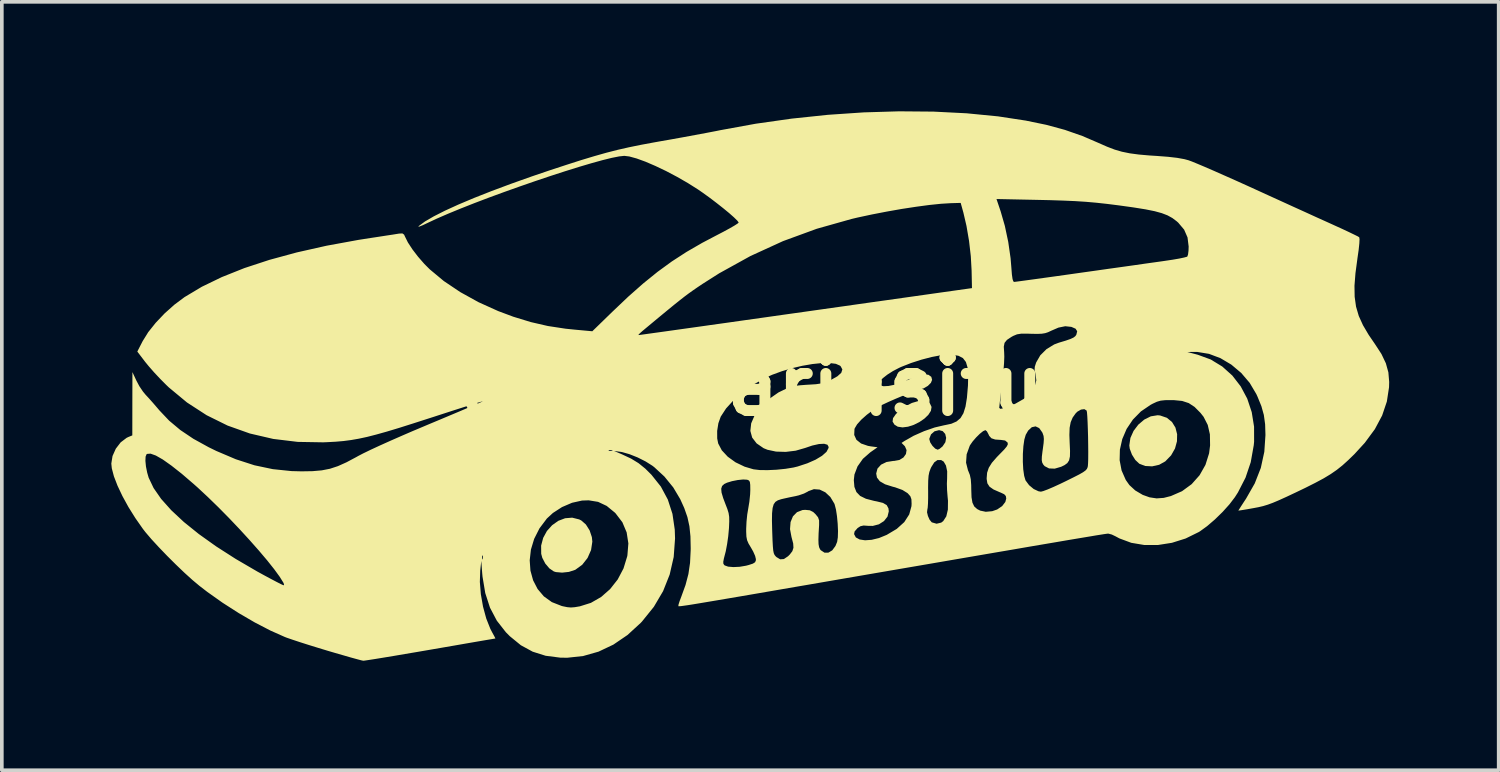
<source format=kicad_pcb>
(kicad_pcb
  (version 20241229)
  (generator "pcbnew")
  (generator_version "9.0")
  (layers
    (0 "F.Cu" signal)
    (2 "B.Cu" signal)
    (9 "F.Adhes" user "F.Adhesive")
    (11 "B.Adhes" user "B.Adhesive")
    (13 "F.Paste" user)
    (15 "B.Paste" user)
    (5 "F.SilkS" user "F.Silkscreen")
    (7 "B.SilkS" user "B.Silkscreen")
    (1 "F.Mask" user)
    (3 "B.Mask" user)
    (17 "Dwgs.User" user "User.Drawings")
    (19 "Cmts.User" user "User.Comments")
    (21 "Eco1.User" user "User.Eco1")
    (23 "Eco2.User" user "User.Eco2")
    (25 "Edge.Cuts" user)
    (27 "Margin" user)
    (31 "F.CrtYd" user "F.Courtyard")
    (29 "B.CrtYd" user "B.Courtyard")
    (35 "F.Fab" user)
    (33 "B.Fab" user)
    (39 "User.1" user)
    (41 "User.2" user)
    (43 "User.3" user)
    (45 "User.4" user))
  (footprint "logo_carinsitu"
    (layer "F.Cu")
    (at 17.508 7.509)
    (property "Reference" "logo_carinsitu" (at 0 0 0) (layer "F.SilkS") (effects (font (size 1.524 1.524) (thickness 0.3))))
    (attr board_only exclude_from_pos_files exclude_from_bom)
    (fp_poly (pts (xy 4.885 0.464) (xy 4.92 0.495) (xy 4.965 0.591) (xy 4.947 0.697) (xy 4.877 0.806) (xy 4.768 0.911) (xy 4.631 1.005) (xy 4.478 1.081) (xy 4.32 1.132) (xy 4.171 1.151) (xy 4.04 1.132) (xy 3.949 1.076) (xy 3.897 0.991) (xy 3.909 0.898) (xy 3.986 0.788) (xy 4.07 0.705) (xy 4.244 0.574) (xy 4.427 0.481) (xy 4.604 0.429) (xy 4.762 0.422)) (stroke (width 0) (type solid)) (fill yes) (layer "F.SilkS"))
    (fp_poly (pts (xy 11.226 0.824) (xy 11.413 0.888) (xy 11.553 1.004) (xy 11.647 1.157) (xy 11.693 1.338) (xy 11.689 1.532) (xy 11.635 1.729) (xy 11.528 1.917) (xy 11.368 2.082) (xy 11.201 2.175) (xy 11.009 2.218) (xy 10.818 2.208) (xy 10.658 2.147) (xy 10.548 2.044) (xy 10.455 1.896) (xy 10.395 1.736) (xy 10.383 1.645) (xy 10.413 1.44) (xy 10.5 1.246) (xy 10.63 1.075) (xy 10.791 0.938) (xy 10.971 0.848) (xy 11.157 0.818)) (stroke (width 0) (type solid)) (fill yes) (layer "F.SilkS"))
    (fp_poly (pts (xy -4.689 3.672) (xy -4.633 3.7) (xy -4.506 3.811) (xy -4.404 3.972) (xy -4.342 4.157) (xy -4.329 4.281) (xy -4.364 4.511) (xy -4.46 4.728) (xy -4.606 4.914) (xy -4.79 5.048) (xy -4.804 5.055) (xy -4.971 5.11) (xy -5.157 5.13) (xy -5.327 5.115) (xy -5.385 5.097) (xy -5.506 5.014) (xy -5.618 4.882) (xy -5.7 4.725) (xy -5.73 4.614) (xy -5.732 4.389) (xy -5.676 4.178) (xy -5.573 3.989) (xy -5.431 3.831) (xy -5.262 3.711) (xy -5.075 3.64) (xy -4.881 3.624)) (stroke (width 0) (type solid)) (fill yes) (layer "F.SilkS"))
    (fp_poly (pts (xy 5.019 -7.501) (xy 5.926 -7.455) (xy 6.786 -7.371) (xy 7.547 -7.255) (xy 8.108 -7.139) (xy 8.617 -7.001) (xy 9.098 -6.833) (xy 9.544 -6.641) (xy 9.773 -6.54) (xy 9.979 -6.461) (xy 10.181 -6.402) (xy 10.397 -6.358) (xy 10.644 -6.325) (xy 10.939 -6.299) (xy 11.13 -6.287) (xy 11.445 -6.263) (xy 11.696 -6.234) (xy 11.894 -6.198) (xy 12.005 -6.168) (xy 12.095 -6.135) (xy 12.246 -6.073) (xy 12.45 -5.987) (xy 12.697 -5.88) (xy 12.979 -5.755) (xy 13.288 -5.618) (xy 13.614 -5.471) (xy 13.825 -5.375) (xy 14.177 -5.214) (xy 14.531 -5.053) (xy 14.877 -4.895) (xy 15.204 -4.747) (xy 15.499 -4.612) (xy 15.752 -4.498) (xy 15.951 -4.408) (xy 16.014 -4.379) (xy 16.219 -4.286) (xy 16.4 -4.201) (xy 16.545 -4.131) (xy 16.644 -4.082) (xy 16.682 -4.059) (xy 16.691 -4.007) (xy 16.685 -3.887) (xy 16.666 -3.708) (xy 16.633 -3.479) (xy 16.633 -3.477) (xy 16.579 -3.074) (xy 16.552 -2.729) (xy 16.557 -2.428) (xy 16.595 -2.157) (xy 16.67 -1.902) (xy 16.785 -1.649) (xy 16.942 -1.383) (xy 17.111 -1.136) (xy 17.291 -0.86) (xy 17.412 -0.606) (xy 17.481 -0.357) (xy 17.503 -0.094) (xy 17.499 0.052) (xy 17.439 0.443) (xy 17.31 0.825) (xy 17.11 1.2) (xy 16.835 1.573) (xy 16.553 1.881) (xy 16.381 2.048) (xy 16.223 2.191) (xy 16.066 2.316) (xy 15.898 2.432) (xy 15.706 2.548) (xy 15.478 2.67) (xy 15.202 2.809) (xy 14.952 2.929) (xy 14.691 3.052) (xy 14.484 3.146) (xy 14.318 3.216) (xy 14.177 3.268) (xy 14.048 3.307) (xy 13.916 3.338) (xy 13.782 3.363) (xy 13.616 3.393) (xy 13.482 3.415) (xy 13.396 3.428) (xy 13.37 3.43) (xy 13.39 3.398) (xy 13.443 3.315) (xy 13.52 3.196) (xy 13.581 3.104) (xy 13.82 2.685) (xy 13.986 2.261) (xy 14.082 1.819) (xy 14.113 1.36) (xy 14.104 1.064) (xy 14.069 0.81) (xy 14.002 0.57) (xy 13.896 0.31) (xy 13.863 0.238) (xy 13.681 -0.069) (xy 13.449 -0.341) (xy 13.178 -0.569) (xy 12.88 -0.746) (xy 12.567 -0.864) (xy 12.248 -0.916) (xy 12.166 -0.917) (xy 11.972 -0.915) (xy 12.258 -0.84) (xy 12.613 -0.71) (xy 12.93 -0.517) (xy 13.206 -0.269) (xy 13.435 0.027) (xy 13.614 0.363) (xy 13.737 0.733) (xy 13.801 1.13) (xy 13.802 1.546) (xy 13.792 1.643) (xy 13.71 2.104) (xy 13.567 2.528) (xy 13.359 2.933) (xy 13.275 3.064) (xy 13.128 3.257) (xy 12.939 3.467) (xy 12.728 3.673) (xy 12.515 3.856) (xy 12.319 3.998) (xy 12.286 4.018) (xy 11.926 4.195) (xy 11.55 4.313) (xy 11.168 4.373) (xy 10.794 4.373) (xy 10.437 4.313) (xy 10.111 4.192) (xy 10.007 4.136) (xy 9.903 4.086) (xy 9.811 4.062) (xy 9.8 4.061) (xy 9.781 4.063) (xy 9.742 4.068) (xy 9.68 4.077) (xy 9.593 4.091) (xy 9.478 4.109) (xy 9.331 4.134) (xy 9.151 4.164) (xy 8.935 4.2) (xy 8.679 4.243) (xy 8.382 4.294) (xy 8.04 4.352) (xy 7.651 4.418) (xy 7.212 4.494) (xy 6.719 4.578) (xy 6.172 4.672) (xy 5.566 4.776) (xy 4.899 4.891) (xy 4.169 5.016) (xy 3.372 5.153) (xy 2.506 5.302) (xy 1.568 5.464) (xy 1.245 5.519) (xy 0.676 5.617) (xy 0.178 5.703) (xy -0.254 5.777) (xy -0.624 5.84) (xy -0.937 5.893) (xy -1.199 5.937) (xy -1.413 5.973) (xy -1.583 6.001) (xy -1.716 6.022) (xy -1.816 6.036) (xy -1.886 6.046) (xy -1.932 6.05) (xy -1.959 6.051) (xy -1.971 6.049) (xy -1.972 6.048) (xy -1.968 6.006) (xy -1.939 5.914) (xy -1.893 5.792) (xy -1.776 5.469) (xy -1.697 5.169) (xy -1.652 4.862) (xy -1.635 4.517) (xy -1.634 4.463) (xy -1.641 4.137) (xy -1.669 3.86) (xy -1.724 3.609) (xy -1.811 3.36) (xy -1.921 3.117) (xy -2.091 2.831) (xy -0.798 2.831) (xy -0.789 2.937) (xy -0.744 3.088) (xy -0.685 3.244) (xy -0.63 3.386) (xy -0.596 3.497) (xy -0.58 3.602) (xy -0.578 3.727) (xy -0.585 3.899) (xy -0.587 3.927) (xy -0.606 4.133) (xy -0.637 4.351) (xy -0.673 4.542) (xy -0.687 4.597) (xy -0.725 4.743) (xy -0.742 4.834) (xy -0.739 4.886) (xy -0.717 4.919) (xy -0.701 4.933) (xy -0.608 4.966) (xy -0.465 4.978) (xy -0.294 4.97) (xy -0.117 4.94) (xy -0.045 4.921) (xy 0.071 4.883) (xy 0.13 4.845) (xy 0.151 4.795) (xy 0.152 4.759) (xy 0.131 4.672) (xy 0.078 4.552) (xy 0.018 4.446) (xy -0.049 4.334) (xy -0.089 4.242) (xy -0.108 4.143) (xy -0.114 4.008) (xy -0.114 3.929) (xy -0.105 3.738) (xy -0.102 3.704) (xy 0.592 3.704) (xy 0.598 3.967) (xy 0.6 4.023) (xy 0.608 4.249) (xy 0.617 4.411) (xy 0.627 4.523) (xy 0.642 4.597) (xy 0.664 4.646) (xy 0.695 4.684) (xy 0.716 4.704) (xy 0.817 4.765) (xy 0.919 4.758) (xy 1.033 4.681) (xy 1.082 4.632) (xy 1.151 4.542) (xy 1.181 4.449) (xy 1.174 4.332) (xy 1.131 4.167) (xy 1.128 4.157) (xy 1.087 3.938) (xy 1.102 3.745) (xy 1.167 3.587) (xy 1.278 3.474) (xy 1.43 3.415) (xy 1.503 3.41) (xy 1.629 3.422) (xy 1.722 3.469) (xy 1.784 3.527) (xy 1.855 3.614) (xy 1.884 3.699) (xy 1.884 3.819) (xy 1.884 3.824) (xy 1.87 4.059) (xy 1.865 4.23) (xy 1.869 4.35) (xy 1.884 4.433) (xy 1.91 4.49) (xy 1.931 4.517) (xy 2.032 4.583) (xy 2.14 4.582) (xy 2.244 4.519) (xy 2.332 4.4) (xy 2.378 4.287) (xy 2.397 4.164) (xy 2.402 3.99) (xy 2.393 3.789) (xy 2.374 3.585) (xy 2.346 3.401) (xy 2.31 3.262) (xy 2.3 3.237) (xy 2.192 3.058) (xy 2.054 2.929) (xy 1.9 2.855) (xy 1.742 2.843) (xy 1.592 2.897) (xy 1.575 2.909) (xy 1.47 2.963) (xy 1.328 3.012) (xy 1.237 3.034) (xy 1.077 3.066) (xy 0.915 3.102) (xy 0.843 3.119) (xy 0.753 3.149) (xy 0.686 3.192) (xy 0.639 3.259) (xy 0.61 3.359) (xy 0.595 3.504) (xy 0.592 3.704) (xy -0.102 3.704) (xy -0.085 3.537) (xy -0.057 3.371) (xy -0.027 3.189) (xy -0.006 2.985) (xy -0.001 2.864) (xy -0.003 2.726) (xy -0.013 2.646) (xy -0.037 2.606) (xy -0.06 2.596) (xy 2.835 2.596) (xy 2.851 2.781) (xy 2.906 2.922) (xy 3.008 3.028) (xy 3.167 3.106) (xy 3.39 3.164) (xy 3.467 3.179) (xy 3.634 3.22) (xy 3.736 3.28) (xy 3.784 3.369) (xy 3.793 3.45) (xy 3.758 3.595) (xy 3.662 3.717) (xy 3.523 3.806) (xy 3.355 3.85) (xy 3.227 3.848) (xy 3.102 3.839) (xy 3.015 3.859) (xy 2.938 3.909) (xy 2.857 4.001) (xy 2.842 4.074) (xy 2.89 4.165) (xy 2.995 4.222) (xy 3.143 4.244) (xy 3.324 4.231) (xy 3.525 4.182) (xy 3.733 4.097) (xy 3.734 4.097) (xy 4.011 3.932) (xy 4.218 3.745) (xy 4.352 3.537) (xy 4.369 3.477) (xy 4.841 3.477) (xy 4.866 3.579) (xy 4.911 3.68) (xy 4.967 3.748) (xy 4.974 3.753) (xy 5.103 3.79) (xy 5.229 3.76) (xy 5.285 3.718) (xy 5.369 3.588) (xy 5.412 3.404) (xy 5.415 3.161) (xy 5.404 3.048) (xy 5.39 2.87) (xy 5.385 2.692) (xy 5.391 2.55) (xy 5.391 2.546) (xy 5.393 2.354) (xy 5.36 2.197) (xy 5.314 2.117) (xy 5.91 2.117) (xy 5.963 2.327) (xy 5.972 2.346) (xy 6.015 2.455) (xy 6.04 2.575) (xy 6.051 2.733) (xy 6.053 2.858) (xy 6.06 3.066) (xy 6.085 3.213) (xy 6.134 3.316) (xy 6.214 3.388) (xy 6.297 3.431) (xy 6.45 3.463) (xy 6.626 3.447) (xy 6.762 3.4) (xy 6.899 3.307) (xy 6.986 3.194) (xy 7.011 3.1) (xy 7 3.031) (xy 6.955 2.982) (xy 6.857 2.936) (xy 6.836 2.928) (xy 6.663 2.852) (xy 6.553 2.775) (xy 6.494 2.683) (xy 6.475 2.565) (xy 6.475 2.541) (xy 6.487 2.393) (xy 6.532 2.258) (xy 6.618 2.12) (xy 6.641 2.094) (xy 7.466 2.094) (xy 7.477 2.302) (xy 7.502 2.477) (xy 7.538 2.599) (xy 7.542 2.606) (xy 7.637 2.734) (xy 7.763 2.839) (xy 7.895 2.901) (xy 7.962 2.912) (xy 8.027 2.895) (xy 8.148 2.85) (xy 8.309 2.781) (xy 8.498 2.694) (xy 8.641 2.625) (xy 8.855 2.519) (xy 9.01 2.44) (xy 9.115 2.38) (xy 9.182 2.332) (xy 9.22 2.29) (xy 9.239 2.247) (xy 9.247 2.213) (xy 9.253 2.134) (xy 9.256 2.05) (xy 10.118 2.05) (xy 10.171 2.33) (xy 10.286 2.591) (xy 10.385 2.731) (xy 10.546 2.879) (xy 10.751 3) (xy 10.938 3.067) (xy 11.131 3.096) (xy 11.326 3.082) (xy 11.522 3.032) (xy 11.827 2.899) (xy 12.091 2.706) (xy 12.308 2.462) (xy 12.469 2.178) (xy 12.569 1.861) (xy 12.596 1.645) (xy 12.591 1.341) (xy 12.532 1.084) (xy 12.418 0.861) (xy 12.332 0.752) (xy 12.171 0.59) (xy 12.011 0.485) (xy 11.83 0.426) (xy 11.605 0.404) (xy 11.532 0.403) (xy 11.363 0.405) (xy 11.242 0.418) (xy 11.139 0.448) (xy 11.025 0.501) (xy 10.967 0.532) (xy 10.701 0.713) (xy 10.481 0.937) (xy 10.309 1.193) (xy 10.19 1.471) (xy 10.125 1.76) (xy 10.118 2.05) (xy 9.256 2.05) (xy 9.257 1.999) (xy 9.258 1.824) (xy 9.256 1.622) (xy 9.253 1.408) (xy 9.247 1.198) (xy 9.24 1.007) (xy 9.232 0.848) (xy 9.223 0.737) (xy 9.213 0.689) (xy 9.151 0.651) (xy 9.059 0.663) (xy 8.961 0.719) (xy 8.914 0.765) (xy 8.831 0.881) (xy 8.777 1.008) (xy 8.748 1.161) (xy 8.741 1.358) (xy 8.749 1.579) (xy 8.759 1.794) (xy 8.756 1.947) (xy 8.733 2.054) (xy 8.685 2.128) (xy 8.609 2.184) (xy 8.517 2.229) (xy 8.34 2.281) (xy 8.184 2.275) (xy 8.064 2.213) (xy 8.024 2.167) (xy 7.996 2.113) (xy 7.984 2.047) (xy 7.987 1.95) (xy 8.005 1.802) (xy 8.013 1.748) (xy 8.035 1.581) (xy 8.042 1.468) (xy 8.034 1.386) (xy 8.009 1.313) (xy 7.998 1.288) (xy 7.914 1.17) (xy 7.815 1.123) (xy 7.711 1.146) (xy 7.612 1.238) (xy 7.545 1.354) (xy 7.507 1.484) (xy 7.481 1.664) (xy 7.467 1.875) (xy 7.466 2.094) (xy 6.641 2.094) (xy 6.754 1.964) (xy 6.837 1.879) (xy 6.956 1.757) (xy 7.025 1.674) (xy 7.054 1.616) (xy 7.05 1.572) (xy 7.046 1.564) (xy 6.98 1.51) (xy 6.866 1.494) (xy 6.707 1.483) (xy 6.605 1.449) (xy 6.544 1.382) (xy 6.524 1.338) (xy 6.482 1.26) (xy 6.441 1.226) (xy 6.44 1.226) (xy 6.377 1.254) (xy 6.286 1.327) (xy 6.185 1.427) (xy 6.09 1.537) (xy 6.019 1.639) (xy 6.01 1.657) (xy 5.926 1.889) (xy 5.91 2.117) (xy 5.314 2.117) (xy 5.297 2.088) (xy 5.226 2.045) (xy 5.126 2.046) (xy 5.039 2.109) (xy 4.957 2.239) (xy 4.936 2.285) (xy 4.904 2.373) (xy 4.883 2.476) (xy 4.873 2.611) (xy 4.87 2.797) (xy 4.871 2.903) (xy 4.871 3.085) (xy 4.867 3.241) (xy 4.859 3.353) (xy 4.849 3.405) (xy 4.841 3.477) (xy 4.369 3.477) (xy 4.414 3.311) (xy 4.418 3.244) (xy 4.413 3.12) (xy 4.384 3.038) (xy 4.319 2.964) (xy 4.304 2.95) (xy 4.167 2.865) (xy 3.965 2.792) (xy 3.905 2.777) (xy 3.692 2.71) (xy 3.548 2.627) (xy 3.469 2.525) (xy 3.448 2.415) (xy 3.483 2.28) (xy 3.581 2.172) (xy 3.731 2.099) (xy 3.921 2.069) (xy 3.944 2.069) (xy 4.085 2.043) (xy 4.195 1.975) (xy 4.263 1.88) (xy 4.28 1.773) (xy 4.236 1.671) (xy 4.22 1.653) (xy 4.143 1.576) (xy 4.226 1.521) (xy 4.305 1.477) (xy 4.904 1.477) (xy 4.929 1.563) (xy 4.99 1.657) (xy 5.066 1.733) (xy 5.134 1.762) (xy 5.187 1.737) (xy 5.261 1.676) (xy 5.269 1.668) (xy 5.343 1.557) (xy 5.365 1.438) (xy 5.339 1.33) (xy 5.27 1.253) (xy 5.171 1.226) (xy 5.046 1.258) (xy 4.95 1.342) (xy 4.905 1.456) (xy 4.904 1.477) (xy 4.305 1.477) (xy 4.475 1.38) (xy 4.76 1.254) (xy 5.051 1.153) (xy 5.316 1.091) (xy 5.325 1.09) (xy 5.507 1.051) (xy 5.649 0.989) (xy 5.758 0.896) (xy 5.838 0.763) (xy 5.884 0.616) (xy 6.819 0.616) (xy 6.851 0.642) (xy 6.946 0.627) (xy 7.101 0.572) (xy 7.262 0.501) (xy 7.495 0.368) (xy 7.672 0.212) (xy 7.787 0.041) (xy 7.835 -0.137) (xy 7.814 -0.31) (xy 7.788 -0.416) (xy 7.793 -0.51) (xy 7.831 -0.628) (xy 7.944 -0.824) (xy 8.115 -0.994) (xy 8.325 -1.122) (xy 8.453 -1.17) (xy 8.643 -1.227) (xy 8.772 -1.272) (xy 8.855 -1.311) (xy 8.904 -1.349) (xy 8.931 -1.387) (xy 8.955 -1.483) (xy 8.911 -1.553) (xy 8.796 -1.603) (xy 8.628 -1.621) (xy 8.441 -1.583) (xy 8.242 -1.497) (xy 8.157 -1.457) (xy 8.078 -1.431) (xy 7.986 -1.416) (xy 7.864 -1.411) (xy 7.692 -1.414) (xy 7.577 -1.418) (xy 7.421 -1.417) (xy 7.307 -1.399) (xy 7.203 -1.356) (xy 7.151 -1.327) (xy 7.031 -1.247) (xy 6.965 -1.166) (xy 6.944 -1.061) (xy 6.954 -0.906) (xy 6.954 -0.902) (xy 6.958 -0.786) (xy 6.951 -0.609) (xy 6.933 -0.386) (xy 6.907 -0.132) (xy 6.899 -0.068) (xy 6.872 0.147) (xy 6.85 0.336) (xy 6.832 0.487) (xy 6.822 0.585) (xy 6.819 0.616) (xy 5.884 0.616) (xy 5.895 0.581) (xy 5.934 0.34) (xy 5.96 0.033) (xy 5.962 0.012) (xy 5.97 -0.269) (xy 5.953 -0.484) (xy 5.906 -0.641) (xy 5.824 -0.748) (xy 5.703 -0.811) (xy 5.537 -0.839) (xy 5.431 -0.843) (xy 5.223 -0.826) (xy 4.969 -0.778) (xy 4.688 -0.705) (xy 4.403 -0.613) (xy 4.134 -0.507) (xy 4.079 -0.482) (xy 3.908 -0.393) (xy 3.754 -0.295) (xy 3.629 -0.197) (xy 3.548 -0.112) (xy 3.525 -0.057) (xy 3.557 -0.001) (xy 3.647 0.023) (xy 3.783 0.016) (xy 3.953 -0.018) (xy 4.146 -0.079) (xy 4.351 -0.165) (xy 4.412 -0.195) (xy 4.599 -0.271) (xy 4.758 -0.303) (xy 4.881 -0.29) (xy 4.958 -0.234) (xy 4.98 -0.152) (xy 4.947 -0.07) (xy 4.864 0.013) (xy 4.752 0.079) (xy 4.693 0.098) (xy 4.573 0.135) (xy 4.403 0.196) (xy 4.203 0.274) (xy 3.991 0.362) (xy 3.788 0.451) (xy 3.611 0.534) (xy 3.544 0.568) (xy 3.365 0.675) (xy 3.192 0.804) (xy 3.04 0.939) (xy 2.924 1.068) (xy 2.859 1.178) (xy 2.853 1.197) (xy 2.846 1.358) (xy 2.907 1.491) (xy 3.034 1.592) (xy 3.223 1.657) (xy 3.304 1.671) (xy 3.485 1.695) (xy 3.285 1.835) (xy 3.083 2.012) (xy 2.937 2.219) (xy 2.852 2.442) (xy 2.835 2.596) (xy -0.06 2.596) (xy -0.082 2.586) (xy -0.091 2.584) (xy -0.197 2.578) (xy -0.344 2.593) (xy -0.502 2.624) (xy -0.64 2.666) (xy -0.715 2.702) (xy -0.774 2.756) (xy -0.798 2.831) (xy -2.091 2.831) (xy -2.111 2.797) (xy -2.355 2.497) (xy -2.631 2.242) (xy -2.684 2.201) (xy -2.871 2.083) (xy -3.09 1.973) (xy -3.314 1.884) (xy -3.515 1.827) (xy -3.565 1.819) (xy -3.735 1.796) (xy -3.519 1.888) (xy -3.267 2.006) (xy -3.063 2.131) (xy -2.878 2.281) (xy -2.71 2.448) (xy -2.452 2.772) (xy -2.261 3.128) (xy -2.134 3.52) (xy -2.071 3.951) (xy -2.063 4.195) (xy -2.1 4.702) (xy -2.21 5.183) (xy -2.391 5.638) (xy -2.644 6.067) (xy -2.969 6.47) (xy -3.005 6.508) (xy -3.366 6.839) (xy -3.752 7.102) (xy -4.159 7.295) (xy -4.582 7.415) (xy -5.018 7.462) (xy -5.21 7.459) (xy -5.608 7.408) (xy -5.963 7.296) (xy -6.288 7.119) (xy -6.59 6.872) (xy -6.7 6.761) (xy -6.946 6.446) (xy -7.133 6.091) (xy -7.263 5.69) (xy -7.338 5.239) (xy -7.346 5.153) (xy -7.372 4.808) (xy -7.401 5.076) (xy -7.411 5.384) (xy -7.384 5.72) (xy -7.324 6.062) (xy -7.236 6.386) (xy -7.124 6.669) (xy -7.071 6.771) (xy -7.019 6.865) (xy -6.989 6.924) (xy -6.986 6.934) (xy -7.024 6.941) (xy -7.13 6.959) (xy -7.297 6.987) (xy -7.518 7.025) (xy -7.784 7.071) (xy -8.088 7.124) (xy -8.424 7.182) (xy -8.766 7.241) (xy -9.126 7.303) (xy -9.465 7.36) (xy -9.774 7.413) (xy -10.046 7.458) (xy -10.272 7.495) (xy -10.446 7.522) (xy -10.559 7.539) (xy -10.604 7.544) (xy -10.658 7.533) (xy -10.774 7.502) (xy -10.942 7.456) (xy -11.15 7.396) (xy -11.389 7.327) (xy -11.566 7.275) (xy -11.836 7.193) (xy -12.098 7.112) (xy -12.34 7.035) (xy -12.545 6.967) (xy -12.699 6.914) (xy -12.754 6.893) (xy -13.149 6.717) (xy -13.577 6.495) (xy -14.02 6.237) (xy -14.461 5.954) (xy -14.88 5.657) (xy -15.094 5.492) (xy -15.285 5.332) (xy -15.505 5.133) (xy -15.74 4.908) (xy -15.978 4.671) (xy -16.204 4.436) (xy -16.407 4.216) (xy -16.571 4.024) (xy -16.641 3.934) (xy -16.849 3.637) (xy -17.039 3.333) (xy -17.203 3.034) (xy -17.338 2.749) (xy -17.437 2.492) (xy -17.495 2.272) (xy -17.508 2.142) (xy -17.497 2.07) (xy -16.574 2.07) (xy -16.559 2.222) (xy -16.526 2.388) (xy -16.485 2.529) (xy -16.35 2.812) (xy -16.143 3.11) (xy -15.866 3.42) (xy -15.521 3.742) (xy -15.11 4.073) (xy -14.636 4.411) (xy -14.101 4.754) (xy -13.508 5.1) (xy -13.313 5.207) (xy -13.136 5.302) (xy -12.982 5.383) (xy -12.865 5.443) (xy -12.796 5.474) (xy -12.785 5.478) (xy -12.776 5.451) (xy -12.793 5.407) (xy -12.895 5.243) (xy -13.046 5.036) (xy -13.239 4.793) (xy -13.24 4.792) (xy -6.045 4.792) (xy -6.025 5.075) (xy -5.952 5.34) (xy -5.829 5.578) (xy -5.658 5.78) (xy -5.438 5.938) (xy -5.173 6.042) (xy -5.144 6.05) (xy -5.018 6.076) (xy -4.918 6.085) (xy -4.812 6.077) (xy -4.67 6.053) (xy -4.368 5.958) (xy -4.089 5.798) (xy -3.842 5.581) (xy -3.634 5.317) (xy -3.475 5.015) (xy -3.374 4.685) (xy -3.368 4.653) (xy -3.342 4.329) (xy -3.389 4.027) (xy -3.506 3.75) (xy -3.693 3.505) (xy -3.713 3.485) (xy -3.936 3.302) (xy -4.171 3.191) (xy -4.429 3.149) (xy -4.611 3.155) (xy -4.885 3.216) (xy -5.16 3.334) (xy -5.41 3.496) (xy -5.575 3.648) (xy -5.778 3.918) (xy -5.923 4.205) (xy -6.012 4.499) (xy -6.045 4.792) (xy -13.24 4.792) (xy -13.308 4.712) (xy -7.35 4.712) (xy -7.344 4.767) (xy -7.33 4.76) (xy -7.325 4.682) (xy -7.33 4.664) (xy -7.344 4.66) (xy -7.35 4.712) (xy -13.308 4.712) (xy -13.467 4.524) (xy -13.722 4.236) (xy -13.996 3.937) (xy -14.282 3.636) (xy -14.573 3.341) (xy -14.862 3.06) (xy -15.14 2.801) (xy -15.248 2.705) (xy -15.576 2.423) (xy -15.86 2.199) (xy -16.097 2.031) (xy -16.288 1.922) (xy -16.432 1.87) (xy -16.528 1.877) (xy -16.543 1.887) (xy -16.569 1.952) (xy -16.574 2.07) (xy -17.497 2.07) (xy -17.475 1.935) (xy -17.385 1.734) (xy -17.252 1.561) (xy -17.089 1.437) (xy -17.043 1.415) (xy -16.933 1.37) (xy -16.932 0.503) (xy -16.93 -0.364) (xy -16.821 -0.13) (xy -16.74 0.022) (xy -16.641 0.169) (xy -16.571 0.254) (xy -16.48 0.352) (xy -16.361 0.486) (xy -16.236 0.631) (xy -16.193 0.682) (xy -15.925 0.965) (xy -15.617 1.223) (xy -15.26 1.463) (xy -14.841 1.694) (xy -14.63 1.797) (xy -14.096 2.024) (xy -13.586 2.189) (xy -13.083 2.295) (xy -12.572 2.348) (xy -12.298 2.355) (xy -11.996 2.35) (xy -11.743 2.328) (xy -11.518 2.284) (xy -11.299 2.212) (xy -11.065 2.107) (xy -10.793 1.962) (xy -10.749 1.937) (xy -10.609 1.864) (xy -10.454 1.789) (xy -3.884 1.789) (xy -3.831 1.795) (xy -3.777 1.789) (xy -3.783 1.775) (xy -3.862 1.77) (xy -3.879 1.775) (xy -3.884 1.789) (xy -10.454 1.789) (xy -10.407 1.766) (xy -10.152 1.648) (xy -9.854 1.514) (xy -9.523 1.369) (xy -9.241 1.247) (xy -0.909 1.247) (xy -0.908 1.454) (xy -0.881 1.591) (xy -0.782 1.779) (xy -0.619 1.954) (xy -0.407 2.107) (xy -0.157 2.227) (xy 0.086 2.299) (xy 0.253 2.319) (xy 0.471 2.322) (xy 0.714 2.311) (xy 0.96 2.286) (xy 1.182 2.25) (xy 1.296 2.222) (xy 1.561 2.135) (xy 1.786 2.036) (xy 1.964 1.929) (xy 2.086 1.821) (xy 2.142 1.716) (xy 2.145 1.687) (xy 2.113 1.626) (xy 2.021 1.599) (xy 1.879 1.607) (xy 1.696 1.648) (xy 1.499 1.715) (xy 1.242 1.789) (xy 0.97 1.822) (xy 0.705 1.814) (xy 0.47 1.764) (xy 0.364 1.721) (xy 0.172 1.589) (xy 0.05 1.43) (xy 0.000104 1.246) (xy 0.023 1.04) (xy 0.117 0.821) (xy 0.285 0.59) (xy 0.51 0.375) (xy 0.771 0.193) (xy 1.047 0.059) (xy 1.13 0.03) (xy 1.22 0.013) (xy 1.361 -0.003) (xy 1.53 -0.016) (xy 1.603 -0.02) (xy 1.797 -0.032) (xy 1.944 -0.054) (xy 2.074 -0.093) (xy 2.207 -0.149) (xy 2.385 -0.249) (xy 2.491 -0.345) (xy 2.521 -0.437) (xy 2.476 -0.522) (xy 2.456 -0.541) (xy 2.343 -0.591) (xy 2.172 -0.613) (xy 1.954 -0.611) (xy 1.702 -0.585) (xy 1.428 -0.538) (xy 1.145 -0.472) (xy 0.863 -0.388) (xy 0.596 -0.29) (xy 0.402 -0.202) (xy 0.088 -0.024) (xy -0.203 0.182) (xy -0.458 0.405) (xy -0.665 0.632) (xy -0.81 0.854) (xy -0.811 0.855) (xy -0.876 1.037) (xy -0.909 1.247) (xy -9.241 1.247) (xy -9.166 1.216) (xy -8.823 1.071) (xy -8.505 0.938) (xy -8.21 0.814) (xy -7.946 0.703) (xy -7.72 0.606) (xy -7.539 0.529) (xy -7.409 0.473) (xy -7.34 0.441) (xy -7.329 0.435) (xy -7.366 0.445) (xy -7.469 0.475) (xy -7.628 0.525) (xy -7.837 0.591) (xy -8.088 0.671) (xy -8.372 0.763) (xy -8.683 0.864) (xy -8.795 0.9) (xy -9.243 1.044) (xy -9.628 1.166) (xy -9.96 1.266) (xy -10.249 1.347) (xy -10.502 1.412) (xy -10.731 1.461) (xy -10.944 1.498) (xy -11.151 1.525) (xy -11.361 1.543) (xy -11.584 1.555) (xy -11.704 1.56) (xy -12.401 1.548) (xy -13.071 1.467) (xy -13.712 1.318) (xy -14.322 1.101) (xy -14.897 0.817) (xy -15.435 0.468) (xy -15.933 0.055) (xy -16.005 -0.014) (xy -16.167 -0.177) (xy -16.334 -0.355) (xy -16.483 -0.525) (xy -16.579 -0.642) (xy -16.796 -0.927) (xy -16.648 -1.215) (xy -16.544 -1.382) (xy -3.066 -1.382) (xy -3.059 -1.379) (xy -3.017 -1.384) (xy -2.907 -1.399) (xy -2.736 -1.423) (xy -2.511 -1.454) (xy -2.239 -1.492) (xy -1.927 -1.536) (xy -1.584 -1.584) (xy -1.215 -1.636) (xy -1.125 -1.649) (xy -0.666 -1.713) (xy -0.16 -1.785) (xy 0.374 -1.86) (xy 0.917 -1.937) (xy 1.45 -2.012) (xy 1.952 -2.083) (xy 2.404 -2.147) (xy 2.548 -2.167) (xy 2.947 -2.224) (xy 3.356 -2.282) (xy 3.763 -2.339) (xy 4.153 -2.394) (xy 4.513 -2.445) (xy 4.831 -2.49) (xy 5.092 -2.527) (xy 5.191 -2.541) (xy 6.072 -2.665) (xy 6.062 -3.15) (xy 6.04 -3.541) (xy 5.992 -3.958) (xy 5.922 -4.368) (xy 5.836 -4.738) (xy 5.832 -4.751) (xy 5.763 -5) (xy 5.486 -4.992) (xy 5.224 -4.976) (xy 4.904 -4.943) (xy 4.539 -4.894) (xy 4.146 -4.834) (xy 3.738 -4.762) (xy 3.33 -4.683) (xy 2.939 -4.599) (xy 2.774 -4.56) (xy 1.82 -4.291) (xy 0.896 -3.953) (xy 0.004 -3.545) (xy -0.853 -3.071) (xy -1.303 -2.785) (xy -1.451 -2.686) (xy -1.577 -2.599) (xy -1.692 -2.517) (xy -1.808 -2.43) (xy -1.937 -2.329) (xy -2.091 -2.206) (xy -2.28 -2.051) (xy -2.509 -1.862) (xy -2.709 -1.696) (xy -2.857 -1.573) (xy -2.96 -1.487) (xy -3.024 -1.43) (xy -3.057 -1.397) (xy -3.066 -1.382) (xy -16.544 -1.382) (xy -16.498 -1.457) (xy -16.292 -1.715) (xy -16.048 -1.972) (xy -15.779 -2.212) (xy -15.502 -2.419) (xy -15.502 -2.419) (xy -15.027 -2.703) (xy -14.479 -2.968) (xy -13.862 -3.214) (xy -13.177 -3.439) (xy -12.427 -3.643) (xy -11.614 -3.826) (xy -10.74 -3.986) (xy -10.401 -4.039) (xy -10.177 -4.073) (xy -9.971 -4.105) (xy -9.798 -4.131) (xy -9.675 -4.151) (xy -9.625 -4.159) (xy -9.535 -4.164) (xy -9.487 -4.131) (xy -9.461 -4.075) (xy -9.382 -3.916) (xy -9.258 -3.726) (xy -9.103 -3.524) (xy -8.93 -3.326) (xy -8.784 -3.18) (xy -8.397 -2.858) (xy -7.947 -2.556) (xy -7.446 -2.279) (xy -6.908 -2.036) (xy -6.493 -1.881) (xy -6.012 -1.734) (xy -5.547 -1.627) (xy -5.062 -1.553) (xy -4.818 -1.528) (xy -4.33 -1.483) (xy -3.783 -2.015) (xy -3.345 -2.431) (xy -2.935 -2.793) (xy -2.542 -3.111) (xy -2.151 -3.396) (xy -1.748 -3.657) (xy -1.321 -3.904) (xy -0.933 -4.108) (xy -0.735 -4.211) (xy -0.564 -4.304) (xy -0.431 -4.381) (xy -0.346 -4.436) (xy -0.319 -4.463) (xy -0.359 -4.516) (xy -0.45 -4.605) (xy -0.581 -4.721) (xy -0.743 -4.854) (xy -0.923 -4.996) (xy -1.067 -5.106) (xy 6.744 -5.106) (xy 6.858 -4.768) (xy 6.973 -4.37) (xy 7.066 -3.931) (xy 7.13 -3.485) (xy 7.151 -3.232) (xy 7.166 -3.038) (xy 7.184 -2.913) (xy 7.206 -2.849) (xy 7.226 -2.835) (xy 7.273 -2.84) (xy 7.388 -2.855) (xy 7.564 -2.879) (xy 7.792 -2.91) (xy 8.065 -2.948) (xy 8.376 -2.991) (xy 8.717 -3.039) (xy 9.049 -3.086) (xy 9.433 -3.14) (xy 9.813 -3.194) (xy 10.179 -3.245) (xy 10.52 -3.293) (xy 10.825 -3.337) (xy 11.083 -3.373) (xy 11.283 -3.401) (xy 11.378 -3.415) (xy 11.578 -3.445) (xy 11.751 -3.475) (xy 11.883 -3.503) (xy 11.96 -3.524) (xy 11.972 -3.53) (xy 11.992 -3.586) (xy 12.005 -3.692) (xy 12.009 -3.804) (xy 11.978 -4.054) (xy 11.885 -4.267) (xy 11.723 -4.459) (xy 11.68 -4.497) (xy 11.563 -4.585) (xy 11.431 -4.658) (xy 11.273 -4.719) (xy 11.076 -4.773) (xy 10.828 -4.823) (xy 10.517 -4.873) (xy 10.449 -4.883) (xy 10.088 -4.933) (xy 9.77 -4.973) (xy 9.477 -5.005) (xy 9.192 -5.03) (xy 8.898 -5.049) (xy 8.578 -5.063) (xy 8.213 -5.075) (xy 7.845 -5.083) (xy 6.744 -5.106) (xy -1.067 -5.106) (xy -1.111 -5.139) (xy -1.296 -5.273) (xy -1.432 -5.367) (xy -1.714 -5.545) (xy -2.01 -5.715) (xy -2.309 -5.873) (xy -2.601 -6.012) (xy -2.873 -6.129) (xy -3.115 -6.217) (xy -3.315 -6.272) (xy -3.454 -6.289) (xy -3.594 -6.274) (xy -3.797 -6.234) (xy -4.055 -6.17) (xy -4.361 -6.085) (xy -4.706 -5.983) (xy -5.083 -5.865) (xy -5.484 -5.735) (xy -5.9 -5.595) (xy -6.324 -5.448) (xy -6.748 -5.297) (xy -7.165 -5.144) (xy -7.565 -4.992) (xy -7.942 -4.843) (xy -8.287 -4.701) (xy -8.593 -4.568) (xy -8.831 -4.457) (xy -8.977 -4.388) (xy -9.067 -4.352) (xy -9.098 -4.349) (xy -9.081 -4.369) (xy -8.913 -4.492) (xy -8.674 -4.631) (xy -8.368 -4.786) (xy -8 -4.954) (xy -7.573 -5.134) (xy -7.091 -5.324) (xy -6.558 -5.523) (xy -5.978 -5.729) (xy -5.498 -5.892) (xy -5.038 -6.043) (xy -4.636 -6.172) (xy -4.278 -6.28) (xy -3.95 -6.373) (xy -3.637 -6.453) (xy -3.325 -6.524) (xy -3.002 -6.59) (xy -2.652 -6.655) (xy -2.49 -6.684) (xy -2.175 -6.739) (xy -1.843 -6.799) (xy -1.514 -6.86) (xy -1.208 -6.917) (xy -0.947 -6.967) (xy -0.824 -6.992) (xy 0.147 -7.169) (xy 1.133 -7.309) (xy 2.123 -7.413) (xy 3.108 -7.48) (xy 4.076 -7.509)) (stroke (width 0) (type solid)) (fill yes) (layer "F.SilkS")))
  (gr_rect
    (start -3 -3)
    (end 38.011 18.053)
    (stroke (width 0.1) (type default))
    (fill no)
    (layer "Edge.Cuts")))
</source>
